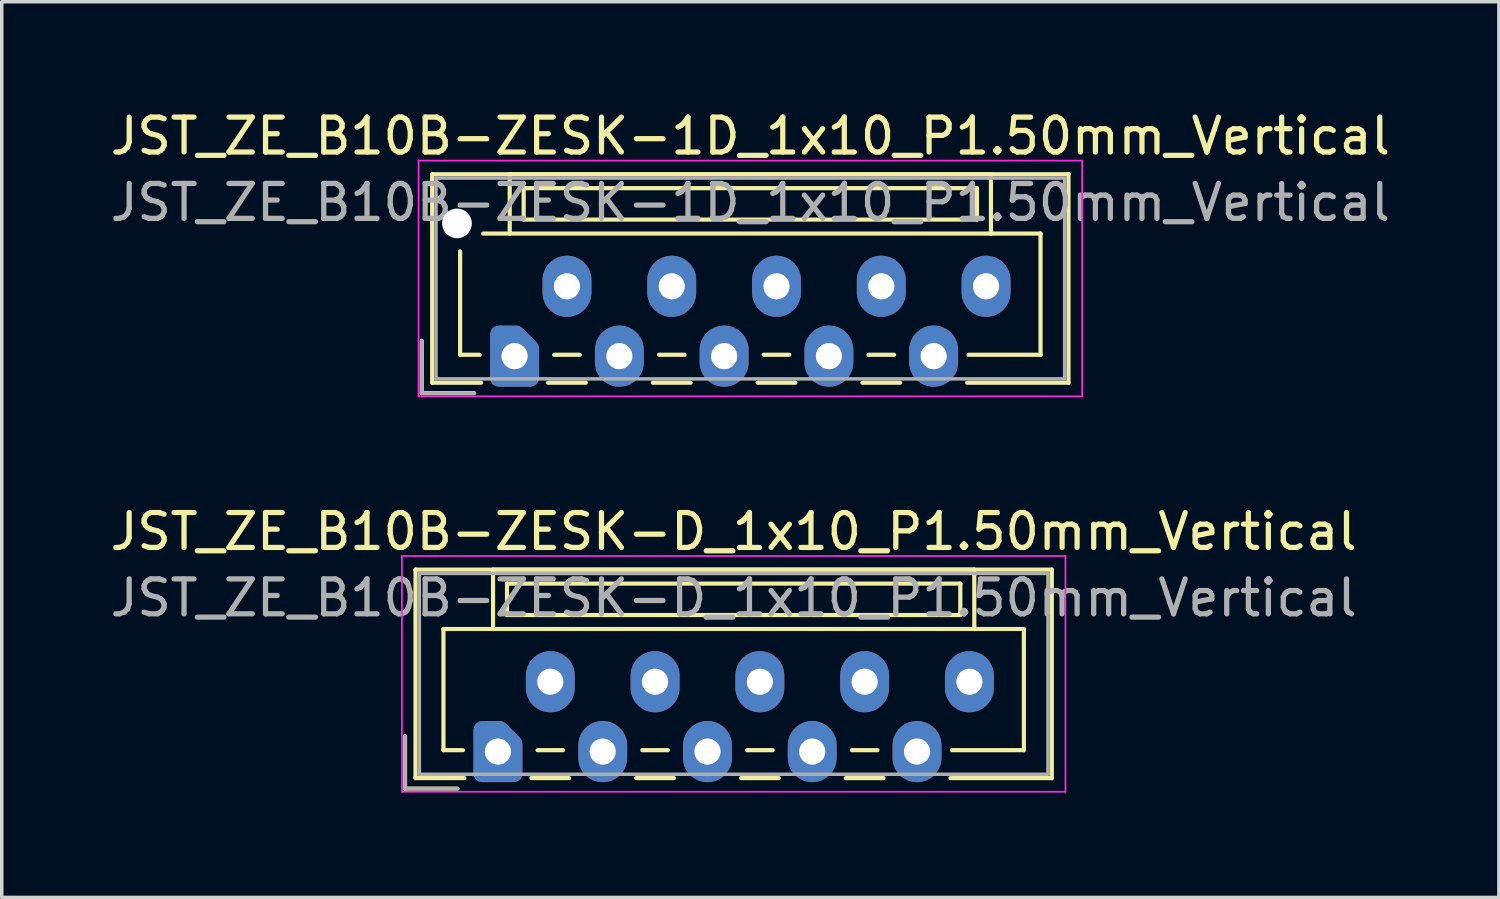
<source format=kicad_pcb>
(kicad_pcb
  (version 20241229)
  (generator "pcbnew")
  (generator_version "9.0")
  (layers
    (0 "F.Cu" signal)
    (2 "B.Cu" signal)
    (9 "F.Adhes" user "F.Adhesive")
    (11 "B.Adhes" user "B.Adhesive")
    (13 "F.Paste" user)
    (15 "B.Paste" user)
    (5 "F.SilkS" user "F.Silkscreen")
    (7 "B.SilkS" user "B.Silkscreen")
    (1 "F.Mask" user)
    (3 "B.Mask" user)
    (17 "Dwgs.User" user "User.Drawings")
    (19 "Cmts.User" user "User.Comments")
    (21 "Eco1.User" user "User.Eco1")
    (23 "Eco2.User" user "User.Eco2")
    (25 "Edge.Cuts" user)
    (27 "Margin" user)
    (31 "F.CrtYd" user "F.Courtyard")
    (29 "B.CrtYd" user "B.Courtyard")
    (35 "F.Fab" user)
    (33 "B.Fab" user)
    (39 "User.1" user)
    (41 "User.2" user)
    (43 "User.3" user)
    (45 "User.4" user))
  (footprint "JST_ZE_B10B-ZESK-D_1x10_P1.50mm_Vertical"
    (layer "F.Cu")
    (at 11.208 18.471)
    (property "Reference" "JST_ZE_B10B-ZESK-D_1x10_P1.50mm_Vertical" (at 6.75 -6.3 0) (layer "F.SilkS") (effects (font (size 1 1) (thickness 0.15))))
    (attr through_hole)
    (fp_line (start -2.66 -0.44) (end -2.66 1.06) (stroke (width 0.12) (type solid)) (layer "F.SilkS"))
    (fp_line (start -2.66 1.06) (end -1.16 1.06) (stroke (width 0.12) (type solid)) (layer "F.SilkS"))
    (fp_line (start -2.36 -5.21) (end 15.86 -5.21) (stroke (width 0.12) (type solid)) (layer "F.SilkS"))
    (fp_line (start -2.36 0.76) (end -2.36 -5.21) (stroke (width 0.12) (type solid)) (layer "F.SilkS"))
    (fp_line (start -1.56 -3.51) (end -1.56 -0.04) (stroke (width 0.12) (type solid)) (layer "F.SilkS"))
    (fp_line (start -1.56 -0.04) (end -1 -0.04) (stroke (width 0.12) (type solid)) (layer "F.SilkS"))
    (fp_line (start -0.96 0.76) (end -2.36 0.76) (stroke (width 0.12) (type solid)) (layer "F.SilkS"))
    (fp_line (start -0.14 -5.21) (end -0.14 -3.51) (stroke (width 0.12) (type solid)) (layer "F.SilkS"))
    (fp_line (start -0.14 -3.51) (end -1.56 -3.51) (stroke (width 0.12) (type solid)) (layer "F.SilkS"))
    (fp_line (start -0.14 -3.51) (end 13.64 -3.51) (stroke (width 0.12) (type solid)) (layer "F.SilkS"))
    (fp_line (start 0.26 -4.81) (end 0.26 -3.91) (stroke (width 0.12) (type solid)) (layer "F.SilkS"))
    (fp_line (start 0.26 -3.91) (end 13.24 -3.91) (stroke (width 0.12) (type solid)) (layer "F.SilkS"))
    (fp_line (start 0.96 0.76) (end 2.04 0.76) (stroke (width 0.12) (type solid)) (layer "F.SilkS"))
    (fp_line (start 1.135 -0.04) (end 1.865 -0.04) (stroke (width 0.12) (type solid)) (layer "F.SilkS"))
    (fp_line (start 3.96 0.76) (end 5.04 0.76) (stroke (width 0.12) (type solid)) (layer "F.SilkS"))
    (fp_line (start 4.135 -0.04) (end 4.865 -0.04) (stroke (width 0.12) (type solid)) (layer "F.SilkS"))
    (fp_line (start 6.96 0.76) (end 8.04 0.76) (stroke (width 0.12) (type solid)) (layer "F.SilkS"))
    (fp_line (start 7.135 -0.04) (end 7.865 -0.04) (stroke (width 0.12) (type solid)) (layer "F.SilkS"))
    (fp_line (start 9.96 0.76) (end 11.04 0.76) (stroke (width 0.12) (type solid)) (layer "F.SilkS"))
    (fp_line (start 10.135 -0.04) (end 10.865 -0.04) (stroke (width 0.12) (type solid)) (layer "F.SilkS"))
    (fp_line (start 13.24 -4.81) (end 0.26 -4.81) (stroke (width 0.12) (type solid)) (layer "F.SilkS"))
    (fp_line (start 13.24 -3.91) (end 13.24 -4.81) (stroke (width 0.12) (type solid)) (layer "F.SilkS"))
    (fp_line (start 13.64 -5.21) (end -0.14 -5.21) (stroke (width 0.12) (type solid)) (layer "F.SilkS"))
    (fp_line (start 13.64 -3.51) (end 13.64 -5.21) (stroke (width 0.12) (type solid)) (layer "F.SilkS"))
    (fp_line (start 13.64 -3.51) (end 15.06 -3.51) (stroke (width 0.12) (type solid)) (layer "F.SilkS"))
    (fp_line (start 15.06 -3.51) (end 15.06 -0.04) (stroke (width 0.12) (type solid)) (layer "F.SilkS"))
    (fp_line (start 15.06 -0.04) (end 13 -0.04) (stroke (width 0.12) (type solid)) (layer "F.SilkS"))
    (fp_line (start 15.86 -5.21) (end 15.86 0.76) (stroke (width 0.12) (type solid)) (layer "F.SilkS"))
    (fp_line (start 15.86 0.76) (end 12.96 0.76) (stroke (width 0.12) (type solid)) (layer "F.SilkS"))
    (fp_line (start -2.75 -5.6) (end -2.75 1.15) (stroke (width 0.05) (type solid)) (layer "F.CrtYd"))
    (fp_line (start -2.75 1.15) (end 16.25 1.15) (stroke (width 0.05) (type solid)) (layer "F.CrtYd"))
    (fp_line (start 16.25 -5.6) (end -2.75 -5.6) (stroke (width 0.05) (type solid)) (layer "F.CrtYd"))
    (fp_line (start 16.25 1.15) (end 16.25 -5.6) (stroke (width 0.05) (type solid)) (layer "F.CrtYd"))
    (fp_line (start -2.66 -0.44) (end -2.66 1.06) (stroke (width 0.1) (type solid)) (layer "F.Fab"))
    (fp_line (start -2.66 1.06) (end -1.16 1.06) (stroke (width 0.1) (type solid)) (layer "F.Fab"))
    (fp_line (start -2.25 -5.1) (end -2.25 0.65) (stroke (width 0.1) (type solid)) (layer "F.Fab"))
    (fp_line (start -2.25 0.65) (end 15.75 0.65) (stroke (width 0.1) (type solid)) (layer "F.Fab"))
    (fp_line (start 15.75 -5.1) (end -2.25 -5.1) (stroke (width 0.1) (type solid)) (layer "F.Fab"))
    (fp_line (start 15.75 0.65) (end 15.75 -5.1) (stroke (width 0.1) (type solid)) (layer "F.Fab"))
    (fp_text user "${REFERENCE}" (at 6.75 -4.4 0) (layer "F.Fab") (effects (font (size 1 1) (thickness 0.15))))
    (pad "1" thru_hole custom (at 0 0) (size 1.117 1.117) (drill 0.75) (layers "*.Cu" "*.Mask") (options (anchor circle)) (primitives (gr_poly (pts (xy 0.45 -0.225) (xy 0.45 0.625) (xy -0.45 0.625) (xy -0.45 -0.625) (xy 0.05 -0.625)) (width 0.5) (fill yes))))
    (pad "2" thru_hole oval (at 1.5 -2) (size 1.4 1.75) (drill 0.75) (layers "*.Cu" "*.Mask"))
    (pad "3" thru_hole oval (at 3 0) (size 1.4 1.75) (drill 0.75) (layers "*.Cu" "*.Mask"))
    (pad "4" thru_hole oval (at 4.5 -2) (size 1.4 1.75) (drill 0.75) (layers "*.Cu" "*.Mask"))
    (pad "5" thru_hole oval (at 6 0) (size 1.4 1.75) (drill 0.75) (layers "*.Cu" "*.Mask"))
    (pad "6" thru_hole oval (at 7.5 -2) (size 1.4 1.75) (drill 0.75) (layers "*.Cu" "*.Mask"))
    (pad "7" thru_hole oval (at 9 0) (size 1.4 1.75) (drill 0.75) (layers "*.Cu" "*.Mask"))
    (pad "8" thru_hole oval (at 10.5 -2) (size 1.4 1.75) (drill 0.75) (layers "*.Cu" "*.Mask"))
    (pad "9" thru_hole oval (at 12 0) (size 1.4 1.75) (drill 0.75) (layers "*.Cu" "*.Mask"))
    (pad "10" thru_hole oval (at 13.5 -2) (size 1.4 1.75) (drill 0.75) (layers "*.Cu" "*.Mask")))
  (footprint "JST_ZE_B10B-ZESK-1D_1x10_P1.50mm_Vertical"
    (layer "F.Cu")
    (at 11.685 7.148)
    (property "Reference" "JST_ZE_B10B-ZESK-1D_1x10_P1.50mm_Vertical" (at 6.75 -6.3 0) (layer "F.SilkS") (effects (font (size 1 1) (thickness 0.15))))
    (attr through_hole)
    (fp_line (start -2.66 -0.44) (end -2.66 1.06) (stroke (width 0.12) (type solid)) (layer "F.SilkS"))
    (fp_line (start -2.66 1.06) (end -1.16 1.06) (stroke (width 0.12) (type solid)) (layer "F.SilkS"))
    (fp_line (start -2.36 -5.21) (end 15.86 -5.21) (stroke (width 0.12) (type solid)) (layer "F.SilkS"))
    (fp_line (start -2.36 0.76) (end -2.36 -5.21) (stroke (width 0.12) (type solid)) (layer "F.SilkS"))
    (fp_line (start -1.56 -3) (end -1.56 -0.04) (stroke (width 0.12) (type solid)) (layer "F.SilkS"))
    (fp_line (start -1.56 -0.04) (end -1 -0.04) (stroke (width 0.12) (type solid)) (layer "F.SilkS"))
    (fp_line (start -0.96 0.76) (end -2.36 0.76) (stroke (width 0.12) (type solid)) (layer "F.SilkS"))
    (fp_line (start -0.14 -5.21) (end -0.14 -3.51) (stroke (width 0.12) (type solid)) (layer "F.SilkS"))
    (fp_line (start -0.14 -3.51) (end -0.9 -3.51) (stroke (width 0.12) (type solid)) (layer "F.SilkS"))
    (fp_line (start -0.14 -3.51) (end 13.64 -3.51) (stroke (width 0.12) (type solid)) (layer "F.SilkS"))
    (fp_line (start 0.26 -4.81) (end 0.26 -3.91) (stroke (width 0.12) (type solid)) (layer "F.SilkS"))
    (fp_line (start 0.26 -3.91) (end 13.24 -3.91) (stroke (width 0.12) (type solid)) (layer "F.SilkS"))
    (fp_line (start 0.96 0.76) (end 2.04 0.76) (stroke (width 0.12) (type solid)) (layer "F.SilkS"))
    (fp_line (start 1.135 -0.04) (end 1.865 -0.04) (stroke (width 0.12) (type solid)) (layer "F.SilkS"))
    (fp_line (start 3.96 0.76) (end 5.04 0.76) (stroke (width 0.12) (type solid)) (layer "F.SilkS"))
    (fp_line (start 4.135 -0.04) (end 4.865 -0.04) (stroke (width 0.12) (type solid)) (layer "F.SilkS"))
    (fp_line (start 6.96 0.76) (end 8.04 0.76) (stroke (width 0.12) (type solid)) (layer "F.SilkS"))
    (fp_line (start 7.135 -0.04) (end 7.865 -0.04) (stroke (width 0.12) (type solid)) (layer "F.SilkS"))
    (fp_line (start 9.96 0.76) (end 11.04 0.76) (stroke (width 0.12) (type solid)) (layer "F.SilkS"))
    (fp_line (start 10.135 -0.04) (end 10.865 -0.04) (stroke (width 0.12) (type solid)) (layer "F.SilkS"))
    (fp_line (start 13.24 -4.81) (end 0.26 -4.81) (stroke (width 0.12) (type solid)) (layer "F.SilkS"))
    (fp_line (start 13.24 -3.91) (end 13.24 -4.81) (stroke (width 0.12) (type solid)) (layer "F.SilkS"))
    (fp_line (start 13.64 -5.21) (end -0.14 -5.21) (stroke (width 0.12) (type solid)) (layer "F.SilkS"))
    (fp_line (start 13.64 -3.51) (end 13.64 -5.21) (stroke (width 0.12) (type solid)) (layer "F.SilkS"))
    (fp_line (start 13.64 -3.51) (end 15.06 -3.51) (stroke (width 0.12) (type solid)) (layer "F.SilkS"))
    (fp_line (start 15.06 -3.51) (end 15.06 -0.04) (stroke (width 0.12) (type solid)) (layer "F.SilkS"))
    (fp_line (start 15.06 -0.04) (end 13 -0.04) (stroke (width 0.12) (type solid)) (layer "F.SilkS"))
    (fp_line (start 15.86 -5.21) (end 15.86 0.76) (stroke (width 0.12) (type solid)) (layer "F.SilkS"))
    (fp_line (start 15.86 0.76) (end 12.96 0.76) (stroke (width 0.12) (type solid)) (layer "F.SilkS"))
    (fp_line (start -2.75 -5.6) (end -2.75 1.15) (stroke (width 0.05) (type solid)) (layer "F.CrtYd"))
    (fp_line (start -2.75 1.15) (end 16.25 1.15) (stroke (width 0.05) (type solid)) (layer "F.CrtYd"))
    (fp_line (start 16.25 -5.6) (end -2.75 -5.6) (stroke (width 0.05) (type solid)) (layer "F.CrtYd"))
    (fp_line (start 16.25 1.15) (end 16.25 -5.6) (stroke (width 0.05) (type solid)) (layer "F.CrtYd"))
    (fp_line (start -2.66 -0.44) (end -2.66 1.06) (stroke (width 0.1) (type solid)) (layer "F.Fab"))
    (fp_line (start -2.66 1.06) (end -1.16 1.06) (stroke (width 0.1) (type solid)) (layer "F.Fab"))
    (fp_line (start -2.25 -5.1) (end -2.25 0.65) (stroke (width 0.1) (type solid)) (layer "F.Fab"))
    (fp_line (start -2.25 0.65) (end 15.75 0.65) (stroke (width 0.1) (type solid)) (layer "F.Fab"))
    (fp_line (start 15.75 -5.1) (end -2.25 -5.1) (stroke (width 0.1) (type solid)) (layer "F.Fab"))
    (fp_line (start 15.75 0.65) (end 15.75 -5.1) (stroke (width 0.1) (type solid)) (layer "F.Fab"))
    (fp_text user "${REFERENCE}" (at 6.75 -4.4 0) (layer "F.Fab") (effects (font (size 1 1) (thickness 0.15))))
    (pad "" np_thru_hole circle (at -1.65 -3.8) (size 0.85 0.85) (drill 0.85) (layers "*.Cu" "*.Mask"))
    (pad "1" thru_hole custom (at 0 0) (size 1.117 1.117) (drill 0.75) (layers "*.Cu" "*.Mask") (options (anchor circle)) (primitives (gr_poly (pts (xy 0.45 -0.225) (xy 0.45 0.625) (xy -0.45 0.625) (xy -0.45 -0.625) (xy 0.05 -0.625)) (width 0.5) (fill yes))))
    (pad "2" thru_hole oval (at 1.5 -2) (size 1.4 1.75) (drill 0.75) (layers "*.Cu" "*.Mask"))
    (pad "3" thru_hole oval (at 3 0) (size 1.4 1.75) (drill 0.75) (layers "*.Cu" "*.Mask"))
    (pad "4" thru_hole oval (at 4.5 -2) (size 1.4 1.75) (drill 0.75) (layers "*.Cu" "*.Mask"))
    (pad "5" thru_hole oval (at 6 0) (size 1.4 1.75) (drill 0.75) (layers "*.Cu" "*.Mask"))
    (pad "6" thru_hole oval (at 7.5 -2) (size 1.4 1.75) (drill 0.75) (layers "*.Cu" "*.Mask"))
    (pad "7" thru_hole oval (at 9 0) (size 1.4 1.75) (drill 0.75) (layers "*.Cu" "*.Mask"))
    (pad "8" thru_hole oval (at 10.5 -2) (size 1.4 1.75) (drill 0.75) (layers "*.Cu" "*.Mask"))
    (pad "9" thru_hole oval (at 12 0) (size 1.4 1.75) (drill 0.75) (layers "*.Cu" "*.Mask"))
    (pad "10" thru_hole oval (at 13.5 -2) (size 1.4 1.75) (drill 0.75) (layers "*.Cu" "*.Mask")))
  (gr_rect
    (start -3 -3)
    (end 39.869 22.646)
    (stroke (width 0.1) (type default))
    (fill no)
    (layer "Edge.Cuts")))
</source>
